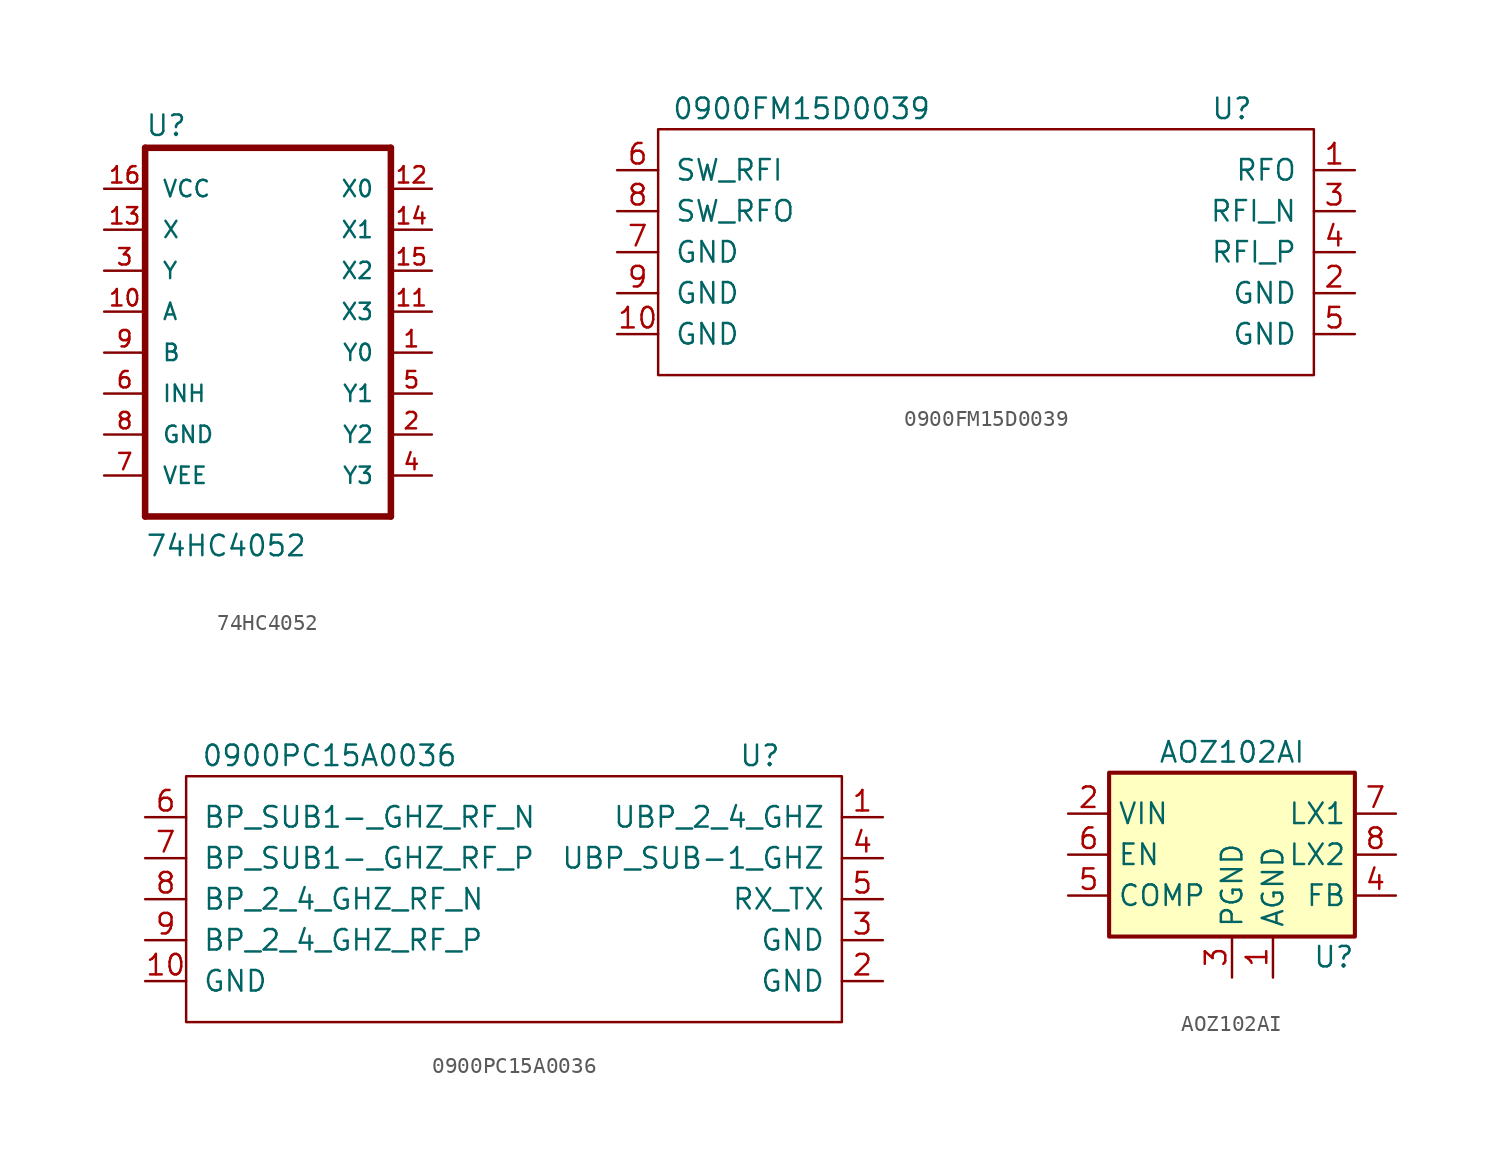
<source format=kicad_sym>
(kicad_symbol_lib
  (version 20211014)
  (generator kicad_symbol_editor)
  (symbol "74HC4052"
    (pin_names
      (offset 1.016))
    (property "Reference" "U"
      (at -7.62 10.795 0)
      (effects (font (size 1.27 1.27)) (justify left bottom)))
    (property "Value" "74HC4052"
      (at -7.62 -15.265 0)
      (effects (font (size 1.27 1.27)) (justify left bottom)))
    (property "ki_locked" ""
      (at 0 0 0)
      (effects (font (size 1.27 1.27))))
    (symbol "74HC4052_0_0"
      (polyline (pts (xy -7.62 -12.7) (xy 7.62 -12.7)) (stroke (width 0.406) (type default) (color 0 0 0 0)) (fill (type none)))
      (polyline (pts (xy -7.62 10.16) (xy -7.62 -12.7)) (stroke (width 0.406) (type default) (color 0 0 0 0)) (fill (type none)))
      (polyline (pts (xy 7.62 -12.7) (xy 7.62 10.16)) (stroke (width 0.406) (type default) (color 0 0 0 0)) (fill (type none)))
      (polyline (pts (xy 7.62 10.16) (xy -7.62 10.16)) (stroke (width 0.406) (type default) (color 0 0 0 0)) (fill (type none)))
      (pin bidirectional line (at 10.16 -2.54 180) (length 2.54) (name "Y0" (effects (font (size 1.016 1.016)))) (number "1" (effects (font (size 1.016 1.016)))))
      (pin input line (at -10.16 0 0) (length 2.54) (name "A" (effects (font (size 1.016 1.016)))) (number "10" (effects (font (size 1.016 1.016)))))
      (pin bidirectional line (at 10.16 0 180) (length 2.54) (name "X3" (effects (font (size 1.016 1.016)))) (number "11" (effects (font (size 1.016 1.016)))))
      (pin bidirectional line (at 10.16 7.62 180) (length 2.54) (name "X0" (effects (font (size 1.016 1.016)))) (number "12" (effects (font (size 1.016 1.016)))))
      (pin bidirectional line (at -10.16 5.08 0) (length 2.54) (name "X" (effects (font (size 1.016 1.016)))) (number "13" (effects (font (size 1.016 1.016)))))
      (pin bidirectional line (at 10.16 5.08 180) (length 2.54) (name "X1" (effects (font (size 1.016 1.016)))) (number "14" (effects (font (size 1.016 1.016)))))
      (pin bidirectional line (at 10.16 2.54 180) (length 2.54) (name "X2" (effects (font (size 1.016 1.016)))) (number "15" (effects (font (size 1.016 1.016)))))
      (pin power_in line (at -10.16 7.62 0) (length 2.54) (name "VCC" (effects (font (size 1.016 1.016)))) (number "16" (effects (font (size 1.016 1.016)))))
      (pin bidirectional line (at 10.16 -7.62 180) (length 2.54) (name "Y2" (effects (font (size 1.016 1.016)))) (number "2" (effects (font (size 1.016 1.016)))))
      (pin bidirectional line (at -10.16 2.54 0) (length 2.54) (name "Y" (effects (font (size 1.016 1.016)))) (number "3" (effects (font (size 1.016 1.016)))))
      (pin bidirectional line (at 10.16 -10.16 180) (length 2.54) (name "Y3" (effects (font (size 1.016 1.016)))) (number "4" (effects (font (size 1.016 1.016)))))
      (pin bidirectional line (at 10.16 -5.08 180) (length 2.54) (name "Y1" (effects (font (size 1.016 1.016)))) (number "5" (effects (font (size 1.016 1.016)))))
      (pin input line (at -10.16 -5.08 0) (length 2.54) (name "INH" (effects (font (size 1.016 1.016)))) (number "6" (effects (font (size 1.016 1.016)))))
      (pin power_in line (at -10.16 -10.16 0) (length 2.54) (name "VEE" (effects (font (size 1.016 1.016)))) (number "7" (effects (font (size 1.016 1.016)))))
      (pin power_in line (at -10.16 -7.62 0) (length 2.54) (name "GND" (effects (font (size 1.016 1.016)))) (number "8" (effects (font (size 1.016 1.016)))))
      (pin input line (at -10.16 -2.54 0) (length 2.54) (name "B" (effects (font (size 1.016 1.016)))) (number "9" (effects (font (size 1.016 1.016)))))))
  (symbol "0900FM15D0039"
    (pin_names
      (offset 1.016))
    (property "Reference" "U"
      (at 12.7 5.08 0)
      (effects (font (size 1.27 1.27))))
    (property "Value" "0900FM15D0039"
      (at -13.97 5.08 0)
      (effects (font (size 1.27 1.27))))
    (symbol "0900FM15D0039_0_1"
      (rectangle (start -22.86 3.81) (end 17.78 -11.43) (stroke (width 0) (type default) (color 0 0 0 0)) (fill (type none))))
    (symbol "0900FM15D0039_1_1"
      (pin input line (at 20.32 1.27 180) (length 2.54) (name "RFO" (effects (font (size 1.27 1.27)))) (number "1" (effects (font (size 1.27 1.27)))))
      (pin input line (at -25.4 -8.89 0) (length 2.54) (name "GND" (effects (font (size 1.27 1.27)))) (number "10" (effects (font (size 1.27 1.27)))))
      (pin input line (at 20.32 -6.35 180) (length 2.54) (name "GND" (effects (font (size 1.27 1.27)))) (number "2" (effects (font (size 1.27 1.27)))))
      (pin input line (at 20.32 -1.27 180) (length 2.54) (name "RFI_N" (effects (font (size 1.27 1.27)))) (number "3" (effects (font (size 1.27 1.27)))))
      (pin input line (at 20.32 -3.81 180) (length 2.54) (name "RFI_P" (effects (font (size 1.27 1.27)))) (number "4" (effects (font (size 1.27 1.27)))))
      (pin input line (at 20.32 -8.89 180) (length 2.54) (name "GND" (effects (font (size 1.27 1.27)))) (number "5" (effects (font (size 1.27 1.27)))))
      (pin input line (at -25.4 1.27 0) (length 2.54) (name "SW_RFI" (effects (font (size 1.27 1.27)))) (number "6" (effects (font (size 1.27 1.27)))))
      (pin input line (at -25.4 -3.81 0) (length 2.54) (name "GND" (effects (font (size 1.27 1.27)))) (number "7" (effects (font (size 1.27 1.27)))))
      (pin input line (at -25.4 -1.27 0) (length 2.54) (name "SW_RFO" (effects (font (size 1.27 1.27)))) (number "8" (effects (font (size 1.27 1.27)))))
      (pin input line (at -25.4 -6.35 0) (length 2.54) (name "GND" (effects (font (size 1.27 1.27)))) (number "9" (effects (font (size 1.27 1.27)))))))
  (symbol "0900PC15A0036"
    (pin_names
      (offset 1.016))
    (property "Reference" "U"
      (at 12.7 5.08 0)
      (effects (font (size 1.27 1.27))))
    (property "Value" "0900PC15A0036"
      (at -13.97 5.08 0)
      (effects (font (size 1.27 1.27))))
    (symbol "0900PC15A0036_0_1"
      (rectangle (start -22.86 3.81) (end 17.78 -11.43) (stroke (width 0) (type default) (color 0 0 0 0)) (fill (type none))))
    (symbol "0900PC15A0036_1_1"
      (pin input line (at 20.32 1.27 180) (length 2.54) (name "UBP_2_4_GHZ" (effects (font (size 1.27 1.27)))) (number "1" (effects (font (size 1.27 1.27)))))
      (pin input line (at -25.4 -8.89 0) (length 2.54) (name "GND" (effects (font (size 1.27 1.27)))) (number "10" (effects (font (size 1.27 1.27)))))
      (pin input line (at 20.32 -8.89 180) (length 2.54) (name "GND" (effects (font (size 1.27 1.27)))) (number "2" (effects (font (size 1.27 1.27)))))
      (pin input line (at 20.32 -6.35 180) (length 2.54) (name "GND" (effects (font (size 1.27 1.27)))) (number "3" (effects (font (size 1.27 1.27)))))
      (pin input line (at 20.32 -1.27 180) (length 2.54) (name "UBP_SUB-1_GHZ" (effects (font (size 1.27 1.27)))) (number "4" (effects (font (size 1.27 1.27)))))
      (pin input line (at 20.32 -3.81 180) (length 2.54) (name "RX_TX" (effects (font (size 1.27 1.27)))) (number "5" (effects (font (size 1.27 1.27)))))
      (pin input line (at -25.4 1.27 0) (length 2.54) (name "BP_SUB1-_GHZ_RF_N" (effects (font (size 1.27 1.27)))) (number "6" (effects (font (size 1.27 1.27)))))
      (pin input line (at -25.4 -1.27 0) (length 2.54) (name "BP_SUB1-_GHZ_RF_P" (effects (font (size 1.27 1.27)))) (number "7" (effects (font (size 1.27 1.27)))))
      (pin input line (at -25.4 -3.81 0) (length 2.54) (name "BP_2_4_GHZ_RF_N" (effects (font (size 1.27 1.27)))) (number "8" (effects (font (size 1.27 1.27)))))
      (pin input line (at -25.4 -6.35 0) (length 2.54) (name "BP_2_4_GHZ_RF_P" (effects (font (size 1.27 1.27)))) (number "9" (effects (font (size 1.27 1.27)))))))
  (symbol "AOZ102AI"
    (property "Reference" "U"
      (at 7.62 -6.35 0)
      (effects (font (size 1.27 1.27)) (justify right)))
    (property "Value" "AOZ102AI"
      (at 0 6.35 0)
      (effects (font (size 1.27 1.27))))
    (symbol "AOZ102AI_0_1"
      (rectangle (start -7.62 5.08) (end 7.62 -5.08) (stroke (width 0.254) (type default) (color 0 0 0 0)) (fill (type background))))
    (symbol "AOZ102AI_1_1"
      (pin passive line (at 2.54 -7.62 90) (length 2.54) (name "AGND" (effects (font (size 1.27 1.27)))) (number "1" (effects (font (size 1.27 1.27)))))
      (pin power_in line (at -10.16 2.54 0) (length 2.54) (name "VIN" (effects (font (size 1.27 1.27)))) (number "2" (effects (font (size 1.27 1.27)))))
      (pin power_in line (at 0 -7.62 90) (length 2.54) (name "PGND" (effects (font (size 1.27 1.27)))) (number "3" (effects (font (size 1.27 1.27)))))
      (pin passive line (at 10.16 -2.54 180) (length 2.54) (name "FB" (effects (font (size 1.27 1.27)))) (number "4" (effects (font (size 1.27 1.27)))))
      (pin passive line (at -10.16 -2.54 0) (length 2.54) (name "COMP" (effects (font (size 1.27 1.27)))) (number "5" (effects (font (size 1.27 1.27)))))
      (pin input line (at -10.16 0 0) (length 2.54) (name "EN" (effects (font (size 1.27 1.27)))) (number "6" (effects (font (size 1.27 1.27)))))
      (pin power_out line (at 10.16 2.54 180) (length 2.54) (name "LX1" (effects (font (size 1.27 1.27)))) (number "7" (effects (font (size 1.27 1.27)))))
      (pin open_collector line (at 10.16 0 180) (length 2.54) (name "LX2" (effects (font (size 1.27 1.27)))) (number "8" (effects (font (size 1.27 1.27))))))))
</source>
